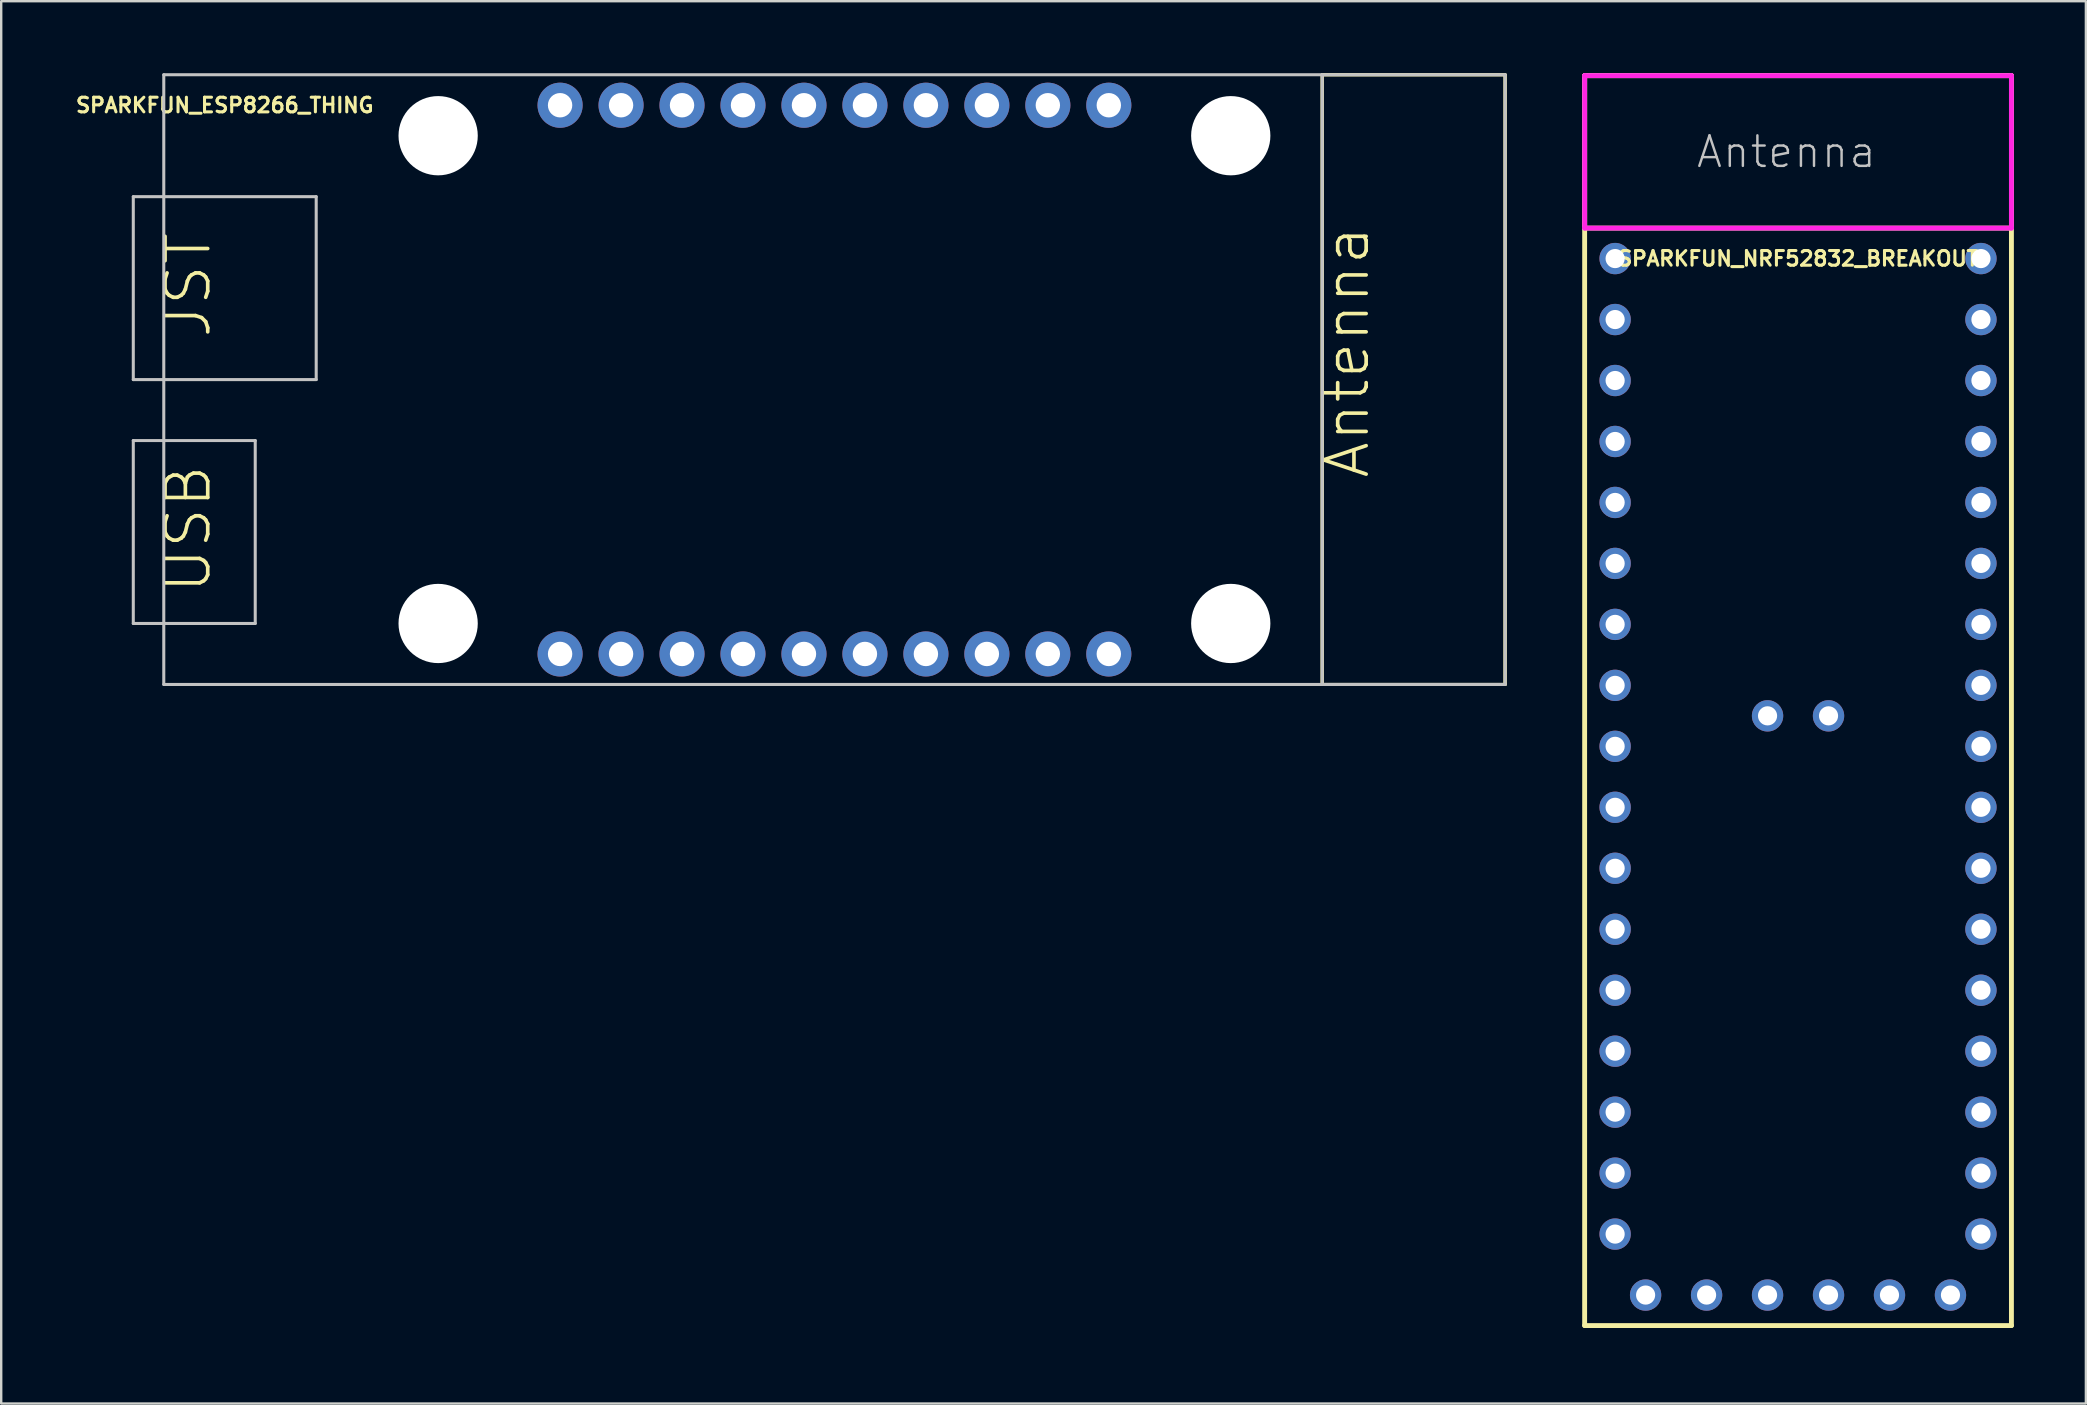
<source format=kicad_pcb>
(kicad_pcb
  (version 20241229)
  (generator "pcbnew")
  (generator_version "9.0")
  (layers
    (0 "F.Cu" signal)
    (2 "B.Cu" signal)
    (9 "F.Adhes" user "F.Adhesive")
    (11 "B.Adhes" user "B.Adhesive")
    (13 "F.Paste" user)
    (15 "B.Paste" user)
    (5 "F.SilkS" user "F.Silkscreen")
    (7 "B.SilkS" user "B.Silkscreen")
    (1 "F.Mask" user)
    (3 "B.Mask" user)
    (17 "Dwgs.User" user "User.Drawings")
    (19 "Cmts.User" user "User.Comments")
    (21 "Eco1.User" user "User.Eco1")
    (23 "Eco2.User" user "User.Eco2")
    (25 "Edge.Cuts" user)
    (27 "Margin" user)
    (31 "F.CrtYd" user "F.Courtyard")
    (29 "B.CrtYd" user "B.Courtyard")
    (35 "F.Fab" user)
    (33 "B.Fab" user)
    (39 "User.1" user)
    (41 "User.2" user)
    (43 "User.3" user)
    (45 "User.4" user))
  (footprint "SPARKFUN_ESP8266_THING"
    (layer "F.Cu")
    (at 30.443 12.764)
    (property "Reference" "SPARKFUN_ESP8266_THING" (at -24.13 -11.43 0) (layer "F.SilkS") (effects (font (size 0.61 0.61) (thickness 0.127))))
    (attr exclude_from_pos_files exclude_from_bom)
    (fp_line (start 21.59 -12.7) (end 21.59 12.7) (stroke (width 0.127) (type solid)) (layer "F.SilkS"))
    (fp_line (start 21.59 -12.7) (end 21.59 12.7) (stroke (width 0.127) (type solid)) (layer "F.SilkS"))
    (fp_line (start 21.59 12.7) (end 29.21 12.7) (stroke (width 0.127) (type solid)) (layer "F.SilkS"))
    (fp_line (start 21.59 12.7) (end 29.21 12.7) (stroke (width 0.127) (type solid)) (layer "F.SilkS"))
    (fp_line (start 29.21 -12.7) (end 21.59 -12.7) (stroke (width 0.127) (type solid)) (layer "F.SilkS"))
    (fp_line (start 29.21 -12.7) (end 21.59 -12.7) (stroke (width 0.127) (type solid)) (layer "F.SilkS"))
    (fp_line (start 29.21 12.7) (end 29.21 -12.7) (stroke (width 0.127) (type solid)) (layer "F.SilkS"))
    (fp_line (start 29.21 12.7) (end 29.21 -12.7) (stroke (width 0.127) (type solid)) (layer "F.SilkS"))
    (fp_line (start -27.94 -7.62) (end -27.94 0) (stroke (width 0.127) (type solid)) (layer "Dwgs.User"))
    (fp_line (start -27.94 0) (end -26.67 0) (stroke (width 0.127) (type solid)) (layer "Dwgs.User"))
    (fp_line (start -27.94 2.54) (end -27.94 10.16) (stroke (width 0.127) (type solid)) (layer "Dwgs.User"))
    (fp_line (start -27.94 10.16) (end -22.86 10.16) (stroke (width 0.127) (type solid)) (layer "Dwgs.User"))
    (fp_line (start -26.67 -12.7) (end 29.21 -12.7) (stroke (width 0.127) (type solid)) (layer "Dwgs.User"))
    (fp_line (start -26.67 0) (end -26.67 -12.7) (stroke (width 0.127) (type solid)) (layer "Dwgs.User"))
    (fp_line (start -26.67 0) (end -20.32 0) (stroke (width 0.127) (type solid)) (layer "Dwgs.User"))
    (fp_line (start -26.67 12.7) (end -26.67 0) (stroke (width 0.127) (type solid)) (layer "Dwgs.User"))
    (fp_line (start -22.86 2.54) (end -27.94 2.54) (stroke (width 0.127) (type solid)) (layer "Dwgs.User"))
    (fp_line (start -22.86 10.16) (end -22.86 2.54) (stroke (width 0.127) (type solid)) (layer "Dwgs.User"))
    (fp_line (start -20.32 -7.62) (end -27.94 -7.62) (stroke (width 0.127) (type solid)) (layer "Dwgs.User"))
    (fp_line (start -20.32 0) (end -20.32 -7.62) (stroke (width 0.127) (type solid)) (layer "Dwgs.User"))
    (fp_line (start 21.59 -12.7) (end 21.59 12.7) (stroke (width 0.127) (type solid)) (layer "Dwgs.User"))
    (fp_line (start 29.21 -12.7) (end 29.21 12.7) (stroke (width 0.127) (type solid)) (layer "Dwgs.User"))
    (fp_line (start 29.21 12.7) (end -26.67 12.7) (stroke (width 0.127) (type solid)) (layer "Dwgs.User"))
    (fp_text user "JST" (at -25.654 -3.937 90) (layer "F.SilkS") (effects (font (size 1.778 1.778) (thickness 0.152))))
    (fp_text user "USB" (at -25.654 6.223 90) (layer "F.SilkS") (effects (font (size 1.778 1.778) (thickness 0.152))))
    (fp_text user "Antenna" (at 22.606 -1.143 90) (layer "F.SilkS") (effects (font (size 1.778 1.778) (thickness 0.152))))
    (pad "" np_thru_hole circle (at -15.24 -10.16) (size 3.302 3.302) (drill 3.302) (layers "*.Cu" "*.Mask"))
    (pad "" np_thru_hole circle (at -15.24 10.16) (size 3.302 3.302) (drill 3.302) (layers "*.Cu" "*.Mask"))
    (pad "" np_thru_hole circle (at 17.78 -10.16) (size 3.302 3.302) (drill 3.302) (layers "*.Cu" "*.Mask"))
    (pad "" np_thru_hole circle (at 17.78 10.16) (size 3.302 3.302) (drill 3.302) (layers "*.Cu" "*.Mask"))
    (pad "0" thru_hole circle (at -2.54 -11.43) (size 1.88 1.88) (drill 1.016) (layers "*.Cu" "*.Mask"))
    (pad "3.3V" thru_hole circle (at -7.62 11.43) (size 1.88 1.88) (drill 1.016) (layers "*.Cu" "*.Mask"))
    (pad "3.3V" thru_hole circle (at 7.62 11.43) (size 1.88 1.88) (drill 1.016) (layers "*.Cu" "*.Mask"))
    (pad "4" thru_hole circle (at 0 -11.43) (size 1.88 1.88) (drill 1.016) (layers "*.Cu" "*.Mask"))
    (pad "5" thru_hole circle (at -5.08 -11.43) (size 1.88 1.88) (drill 1.016) (layers "*.Cu" "*.Mask"))
    (pad "12" thru_hole circle (at 5.08 -11.43) (size 1.88 1.88) (drill 1.016) (layers "*.Cu" "*.Mask"))
    (pad "13" thru_hole circle (at 2.54 -11.43) (size 1.88 1.88) (drill 1.016) (layers "*.Cu" "*.Mask"))
    (pad "ADC" thru_hole circle (at 10.16 -11.43) (size 1.88 1.88) (drill 1.016) (layers "*.Cu" "*.Mask"))
    (pad "DTR" thru_hole circle (at 0 11.43) (size 1.88 1.88) (drill 1.016) (layers "*.Cu" "*.Mask"))
    (pad "EN" thru_hole circle (at 12.7 -11.43) (size 1.88 1.88) (drill 1.016) (layers "*.Cu" "*.Mask"))
    (pad "GND@" thru_hole circle (at -10.16 -11.43) (size 1.88 1.88) (drill 1.016) (layers "*.Cu" "*.Mask"))
    (pad "GND@" thru_hole circle (at -10.16 11.43) (size 1.88 1.88) (drill 1.016) (layers "*.Cu" "*.Mask"))
    (pad "GND@" thru_hole circle (at 12.7 11.43) (size 1.88 1.88) (drill 1.016) (layers "*.Cu" "*.Mask"))
    (pad "NC" thru_hole circle (at 10.16 11.43) (size 1.88 1.88) (drill 1.016) (layers "*.Cu" "*.Mask"))
    (pad "RXI" thru_hole circle (at 5.08 11.43) (size 1.88 1.88) (drill 1.016) (layers "*.Cu" "*.Mask"))
    (pad "SCL" thru_hole circle (at -2.54 11.43) (size 1.88 1.88) (drill 1.016) (layers "*.Cu" "*.Mask"))
    (pad "SDA" thru_hole circle (at -5.08 11.43) (size 1.88 1.88) (drill 1.016) (layers "*.Cu" "*.Mask"))
    (pad "TXO" thru_hole circle (at 2.54 11.43) (size 1.88 1.88) (drill 1.016) (layers "*.Cu" "*.Mask"))
    (pad "VIN" thru_hole circle (at -7.62 -11.43) (size 1.88 1.88) (drill 1.016) (layers "*.Cu" "*.Mask"))
    (pad "XPD" thru_hole circle (at 7.62 -11.43) (size 1.88 1.88) (drill 1.016) (layers "*.Cu" "*.Mask")))
  (footprint "SPARKFUN_NRF52832_BREAKOUT"
    (layer "F.Cu")
    (at 62.966 52.172)
    (property "Reference" "SPARKFUN_NRF52832_BREAKOUT" (at 8.89 -44.45 0) (layer "F.SilkS") (effects (font (size 0.61 0.61) (thickness 0.127))))
    (attr exclude_from_pos_files exclude_from_bom)
    (fp_line (start 0 -52.07) (end 0 -45.72) (stroke (width 0.203) (type solid)) (layer "F.SilkS"))
    (fp_line (start 0 -52.07) (end 17.78 -52.07) (stroke (width 0.203) (type solid)) (layer "F.SilkS"))
    (fp_line (start 0 -45.72) (end 17.78 -45.72) (stroke (width 0.203) (type solid)) (layer "F.SilkS"))
    (fp_line (start 0 0) (end 0 -52.07) (stroke (width 0.203) (type solid)) (layer "F.SilkS"))
    (fp_line (start 17.78 -52.07) (end 0 -52.07) (stroke (width 0.203) (type solid)) (layer "F.SilkS"))
    (fp_line (start 17.78 -52.07) (end 17.78 0) (stroke (width 0.203) (type solid)) (layer "F.SilkS"))
    (fp_line (start 17.78 -45.72) (end 17.78 -52.07) (stroke (width 0.203) (type solid)) (layer "F.SilkS"))
    (fp_line (start 17.78 0) (end 0 0) (stroke (width 0.203) (type solid)) (layer "F.SilkS"))
    (fp_line (start 0 -52.07) (end 0 -45.72) (stroke (width 0.203) (type solid)) (layer "F.CrtYd"))
    (fp_line (start 0 -45.72) (end 17.78 -45.72) (stroke (width 0.203) (type solid)) (layer "F.CrtYd"))
    (fp_line (start 17.78 -52.07) (end 0 -52.07) (stroke (width 0.203) (type solid)) (layer "F.CrtYd"))
    (fp_line (start 17.78 -45.72) (end 17.78 -52.07) (stroke (width 0.203) (type solid)) (layer "F.CrtYd"))
    (fp_text user "Antenna \n" (at 8.89 -48.895 0) (layer "Dwgs.User") (effects (font (size 1.27 1.27) (thickness 0.102))))
    (pad "!RST" thru_hole circle (at 1.27 -11.43) (size 1.306 1.306) (drill 0.798) (layers "*.Cu" "*.Mask"))
    (pad "00/X" thru_hole circle (at 16.51 -11.43) (size 1.306 1.306) (drill 0.798) (layers "*.Cu" "*.Mask"))
    (pad "1-NF" thru_hole circle (at 7.62 -25.4) (size 1.306 1.306) (drill 0.798) (layers "*.Cu" "*.Mask"))
    (pad "01/X" thru_hole circle (at 16.51 -13.97) (size 1.306 1.306) (drill 0.798) (layers "*.Cu" "*.Mask"))
    (pad "2-NF" thru_hole circle (at 10.16 -25.4) (size 1.306 1.306) (drill 0.798) (layers "*.Cu" "*.Mask"))
    (pad "02/A" thru_hole circle (at 16.51 -16.51) (size 1.306 1.306) (drill 0.798) (layers "*.Cu" "*.Mask"))
    (pad "3.3V" thru_hole circle (at 1.27 -8.89) (size 1.306 1.306) (drill 0.798) (layers "*.Cu" "*.Mask"))
    (pad "3.3V" thru_hole circle (at 16.51 -8.89) (size 1.306 1.306) (drill 0.798) (layers "*.Cu" "*.Mask"))
    (pad "03/A" thru_hole circle (at 16.51 -19.05) (size 1.306 1.306) (drill 0.798) (layers "*.Cu" "*.Mask"))
    (pad "04/A" thru_hole circle (at 16.51 -21.59) (size 1.306 1.306) (drill 0.798) (layers "*.Cu" "*.Mask"))
    (pad "05/A" thru_hole circle (at 16.51 -24.13) (size 1.306 1.306) (drill 0.798) (layers "*.Cu" "*.Mask"))
    (pad "08" thru_hole circle (at 16.51 -26.67) (size 1.306 1.306) (drill 0.798) (layers "*.Cu" "*.Mask"))
    (pad "09" thru_hole circle (at 16.51 -29.21) (size 1.306 1.306) (drill 0.798) (layers "*.Cu" "*.Mask"))
    (pad "10" thru_hole circle (at 16.51 -31.75) (size 1.306 1.306) (drill 0.798) (layers "*.Cu" "*.Mask"))
    (pad "11" thru_hole circle (at 16.51 -34.29) (size 1.306 1.306) (drill 0.798) (layers "*.Cu" "*.Mask"))
    (pad "12" thru_hole circle (at 16.51 -36.83) (size 1.306 1.306) (drill 0.798) (layers "*.Cu" "*.Mask"))
    (pad "13" thru_hole circle (at 16.51 -39.37) (size 1.306 1.306) (drill 0.798) (layers "*.Cu" "*.Mask"))
    (pad "14" thru_hole circle (at 16.51 -41.91) (size 1.306 1.306) (drill 0.798) (layers "*.Cu" "*.Mask"))
    (pad "15" thru_hole circle (at 16.51 -44.45) (size 1.306 1.306) (drill 0.798) (layers "*.Cu" "*.Mask"))
    (pad "16" thru_hole circle (at 1.27 -44.45) (size 1.306 1.306) (drill 0.798) (layers "*.Cu" "*.Mask"))
    (pad "17" thru_hole circle (at 1.27 -41.91) (size 1.306 1.306) (drill 0.798) (layers "*.Cu" "*.Mask"))
    (pad "18" thru_hole circle (at 1.27 -39.37) (size 1.306 1.306) (drill 0.798) (layers "*.Cu" "*.Mask"))
    (pad "19" thru_hole circle (at 1.27 -36.83) (size 1.306 1.306) (drill 0.798) (layers "*.Cu" "*.Mask"))
    (pad "20" thru_hole circle (at 1.27 -34.29) (size 1.306 1.306) (drill 0.798) (layers "*.Cu" "*.Mask"))
    (pad "22" thru_hole circle (at 1.27 -31.75) (size 1.306 1.306) (drill 0.798) (layers "*.Cu" "*.Mask"))
    (pad "23" thru_hole circle (at 1.27 -29.21) (size 1.306 1.306) (drill 0.798) (layers "*.Cu" "*.Mask"))
    (pad "24" thru_hole circle (at 1.27 -26.67) (size 1.306 1.306) (drill 0.798) (layers "*.Cu" "*.Mask"))
    (pad "25" thru_hole circle (at 1.27 -24.13) (size 1.306 1.306) (drill 0.798) (layers "*.Cu" "*.Mask"))
    (pad "26/R" thru_hole circle (at 7.62 -1.27) (size 1.306 1.306) (drill 0.798) (layers "*.Cu" "*.Mask"))
    (pad "27/T" thru_hole circle (at 5.08 -1.27) (size 1.306 1.306) (drill 0.798) (layers "*.Cu" "*.Mask"))
    (pad "28/A" thru_hole circle (at 1.27 -21.59) (size 1.306 1.306) (drill 0.798) (layers "*.Cu" "*.Mask"))
    (pad "29/A" thru_hole circle (at 1.27 -19.05) (size 1.306 1.306) (drill 0.798) (layers "*.Cu" "*.Mask"))
    (pad "30/A" thru_hole circle (at 1.27 -16.51) (size 1.306 1.306) (drill 0.798) (layers "*.Cu" "*.Mask"))
    (pad "31/A" thru_hole circle (at 1.27 -13.97) (size 1.306 1.306) (drill 0.798) (layers "*.Cu" "*.Mask"))
    (pad "GND" thru_hole circle (at 1.27 -3.81) (size 1.306 1.306) (drill 0.798) (layers "*.Cu" "*.Mask"))
    (pad "GND1" thru_hole circle (at 15.24 -1.27) (size 1.306 1.306) (drill 0.798) (layers "*.Cu" "*.Mask"))
    (pad "GND2" thru_hole circle (at 16.51 -3.81) (size 1.306 1.306) (drill 0.798) (layers "*.Cu" "*.Mask"))
    (pad "P$1" thru_hole circle (at 2.54 -1.27) (size 1.306 1.306) (drill 0.798) (layers "*.Cu" "*.Mask"))
    (pad "P$5" thru_hole circle (at 12.7 -1.27) (size 1.306 1.306) (drill 0.798) (layers "*.Cu" "*.Mask"))
    (pad "VCC" thru_hole circle (at 10.16 -1.27) (size 1.306 1.306) (drill 0.798) (layers "*.Cu" "*.Mask"))
    (pad "VIN" thru_hole circle (at 1.27 -6.35) (size 1.306 1.306) (drill 0.798) (layers "*.Cu" "*.Mask"))
    (pad "VIN1" thru_hole circle (at 16.51 -6.35) (size 1.306 1.306) (drill 0.798) (layers "*.Cu" "*.Mask")))
  (gr_rect
    (start -3 -3)
    (end 83.848 55.422)
    (stroke (width 0.1) (type default))
    (fill no)
    (layer "Edge.Cuts")))
</source>
